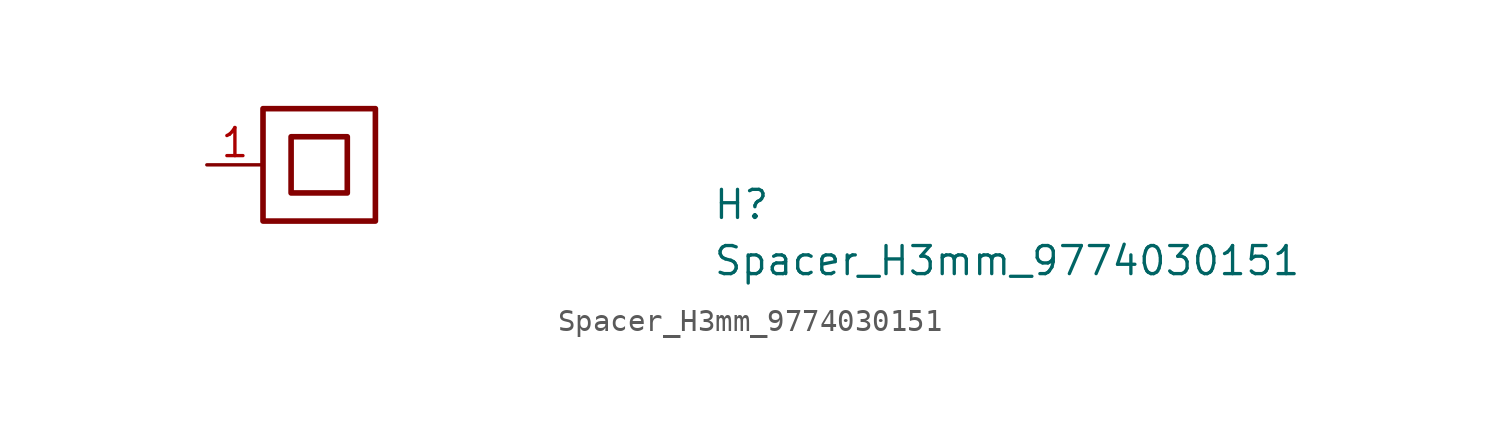
<source format=kicad_sym>
(kicad_symbol_lib
  (version 20211014)
  (generator kicad_symbol_editor)
  (symbol "Spacer_H3mm_9774030151"
    (pin_names hide)
    (property "Reference" "H"
      (at 22.86 -2.54 0)
      (effects (font (size 1.27 1.27) (thickness 0.15)) (justify left bottom)))
    (property "Value" "Spacer_H3mm_9774030151"
      (at 22.86 -5.08 0)
      (effects (font (size 1.27 1.27) (thickness 0.15)) (justify left bottom)))
    (symbol "Spacer_H3mm_9774030151_1_1"
      (rectangle (start 2.54 -2.54) (end 7.62 2.54) (stroke (width 0.254) (type default) (color 0 0 0 0)) (fill (type none)))
      (rectangle (start 3.81 -1.27) (end 6.35 1.27) (stroke (width 0.254) (type default) (color 0 0 0 0)) (fill (type none)))
      (pin passive line (at 0 0 0) (length 2.54) (name "1" (effects (font (size 1.27 1.27)))) (number "1" (effects (font (size 1.27 1.27))))))))
</source>
